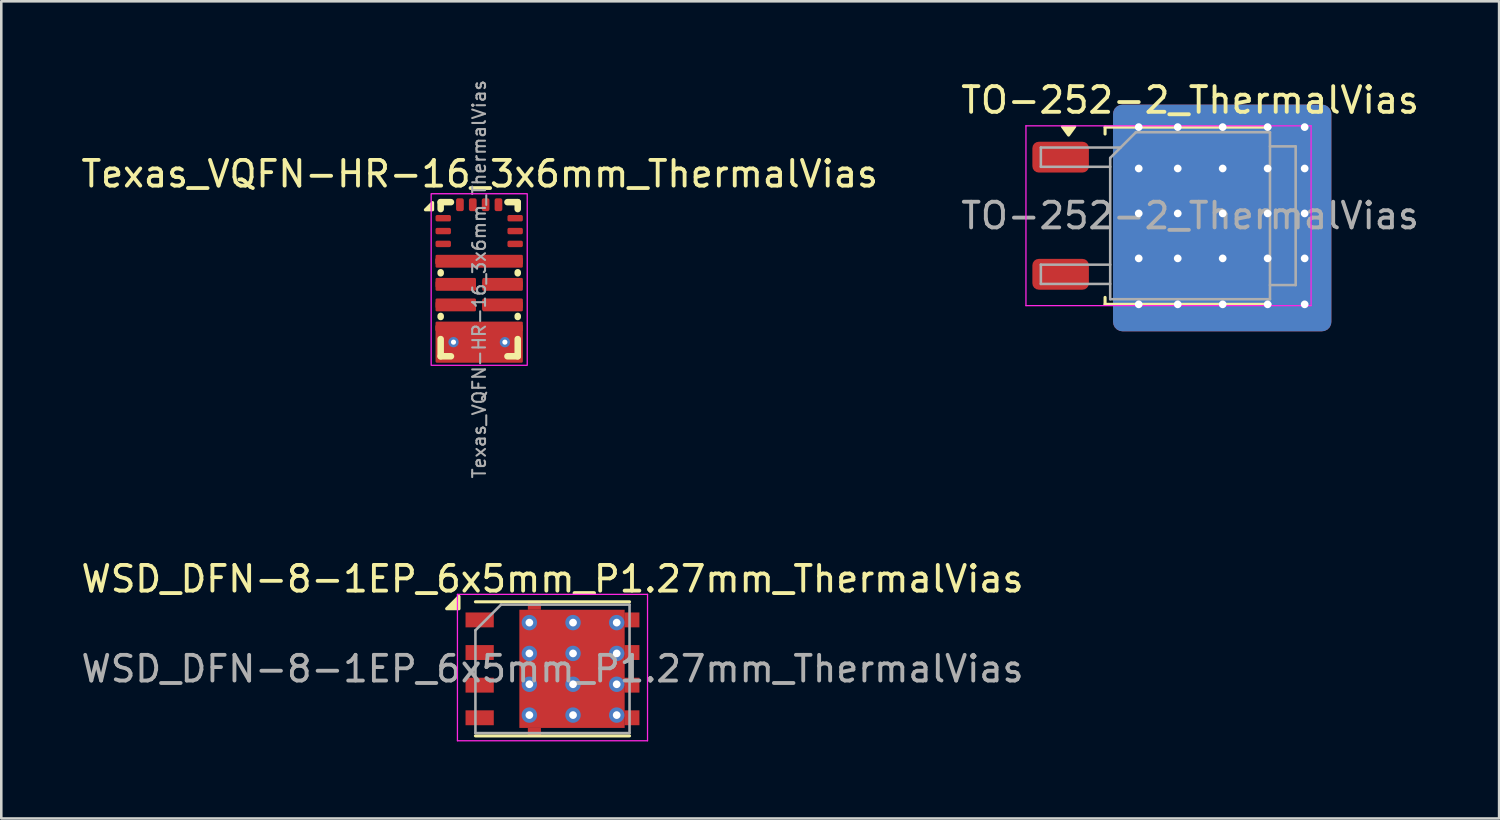
<source format=kicad_pcb>
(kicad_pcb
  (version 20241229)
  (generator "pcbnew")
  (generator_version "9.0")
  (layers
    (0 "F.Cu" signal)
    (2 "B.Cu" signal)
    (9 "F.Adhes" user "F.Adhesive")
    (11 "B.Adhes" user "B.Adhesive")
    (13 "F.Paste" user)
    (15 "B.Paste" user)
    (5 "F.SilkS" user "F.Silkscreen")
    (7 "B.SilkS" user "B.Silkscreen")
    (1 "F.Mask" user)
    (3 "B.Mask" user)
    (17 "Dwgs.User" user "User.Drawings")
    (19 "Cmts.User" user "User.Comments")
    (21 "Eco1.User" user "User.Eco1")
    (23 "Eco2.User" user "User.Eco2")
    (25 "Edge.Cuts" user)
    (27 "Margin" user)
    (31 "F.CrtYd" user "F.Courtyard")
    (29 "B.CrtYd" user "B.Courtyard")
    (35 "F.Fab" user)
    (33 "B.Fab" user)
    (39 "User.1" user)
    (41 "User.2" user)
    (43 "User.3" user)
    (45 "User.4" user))
  (footprint "Texas_VQFN-HR-16_3x6mm_ThermalVias"
    (layer "F.Cu")
    (at 15.605 7.82)
    (property "Reference" "Texas_VQFN-HR-16_3x6mm_ThermalVias" (at 0.02 -4.1 0) (layer "F.SilkS") (effects (font (size 1 1) (thickness 0.15))))
    (attr smd)
    (fp_line (start -1.5 -3) (end -1.1 -3) (stroke (width 0.254) (type default)) (layer "F.SilkS"))
    (fp_line (start -1.5 -2.73) (end -1.5 -3) (stroke (width 0.254) (type default)) (layer "F.SilkS"))
    (fp_line (start -1.5 -0.23) (end -1.5 -0.27) (stroke (width 0.254) (type default)) (layer "F.SilkS"))
    (fp_line (start -1.5 1.47) (end -1.5 1.43) (stroke (width 0.254) (type default)) (layer "F.SilkS"))
    (fp_line (start -1.5 3) (end -1.5 2.33) (stroke (width 0.254) (type default)) (layer "F.SilkS"))
    (fp_line (start -1.1 3) (end -1.5 3) (stroke (width 0.254) (type default)) (layer "F.SilkS"))
    (fp_line (start 1.1 -3) (end 1.5 -3) (stroke (width 0.254) (type default)) (layer "F.SilkS"))
    (fp_line (start 1.5 -3) (end 1.5 -2.73) (stroke (width 0.254) (type default)) (layer "F.SilkS"))
    (fp_line (start 1.5 -0.27) (end 1.5 -0.23) (stroke (width 0.254) (type default)) (layer "F.SilkS"))
    (fp_line (start 1.5 1.43) (end 1.5 1.47) (stroke (width 0.254) (type default)) (layer "F.SilkS"))
    (fp_line (start 1.5 2.33) (end 1.5 3) (stroke (width 0.254) (type default)) (layer "F.SilkS"))
    (fp_line (start 1.5 3) (end 1.1 3) (stroke (width 0.254) (type default)) (layer "F.SilkS"))
    (fp_poly (pts (xy -1.814 -2.703) (xy -2.094 -2.703) (xy -1.814 -2.983) (xy -1.814 -2.703)) (stroke (width 0.12) (type solid)) (fill yes) (layer "F.SilkS"))
    (fp_rect (start -1.87 -3.328) (end 1.87 3.351) (stroke (width 0.05) (type default)) (fill no) (layer "F.CrtYd"))
    (fp_poly (pts (xy -1.44 -3) (xy -1.458 -3.042) (xy -1.5 -3.06) (xy -1.542 -3.042) (xy -1.56 -3) (xy -1.542 -2.958) (xy -1.5 -2.94) (xy -1.458 -2.958)) (stroke (width 0.1) (type default)) (fill no) (layer "User.3"))
    (fp_text user "${REFERENCE}" (at 0 0 90) (layer "F.Fab") (effects (font (size 0.5 0.5) (thickness 0.08))))
    (pad "1" smd roundrect (at -1.4 -2.375) (size 0.6 0.25) (layers "F.Cu" "F.Mask" "F.Paste") (roundrect_rratio 0.25))
    (pad "2" smd roundrect (at -1.4 -1.875) (size 0.6 0.25) (layers "F.Cu" "F.Mask" "F.Paste") (roundrect_rratio 0.25))
    (pad "3" smd roundrect (at -1.4 -1.375) (size 0.6 0.25) (layers "F.Cu" "F.Mask" "F.Paste") (roundrect_rratio 0.25))
    (pad "4" smd roundrect (at -0.913 -0.7) (size 1.575 0.25) (layers "F.Cu" "F.Paste") (roundrect_rratio 0.2))
    (pad "4" smd roundrect (at -0.738 -0.7) (size 1.225 0.4) (layers "F.Cu" "F.Paste") (roundrect_rratio 0.125))
    (pad "4" smd roundrect (at 0 -0.7) (size 2.7 0.4) (layers "F.Cu" "F.Mask") (roundrect_rratio 0.125))
    (pad "4" smd roundrect (at 0 -0.7) (size 3.4 0.25) (layers "F.Cu" "F.Mask") (roundrect_rratio 0.2))
    (pad "4" smd roundrect (at 0 -0.7) (size 3.4 0.5) (layers "F.Cu") (roundrect_rratio 0.1))
    (pad "4" smd roundrect (at 0.738 -0.7) (size 1.225 0.4) (layers "F.Cu" "F.Paste") (roundrect_rratio 0.125))
    (pad "4" smd roundrect (at 0.913 -0.7) (size 1.575 0.25) (layers "F.Cu" "F.Paste") (roundrect_rratio 0.2))
    (pad "5" smd roundrect (at -0.913 0.2) (size 1.575 0.25) (layers "F.Cu" "F.Mask" "F.Paste") (roundrect_rratio 0.2))
    (pad "5" smd roundrect (at -0.913 0.2) (size 1.575 0.5) (layers "F.Cu") (roundrect_rratio 0.1))
    (pad "5" smd roundrect (at -0.738 0.2) (size 1.225 0.4) (layers "F.Cu" "F.Mask" "F.Paste") (roundrect_rratio 0.125))
    (pad "6" smd roundrect (at -0.913 1) (size 1.575 0.25) (layers "F.Cu" "F.Mask" "F.Paste") (roundrect_rratio 0.2))
    (pad "6" smd roundrect (at -0.913 1) (size 1.575 0.5) (layers "F.Cu") (roundrect_rratio 0.1))
    (pad "6" smd roundrect (at -0.738 1) (size 1.225 0.4) (layers "F.Cu" "F.Mask" "F.Paste") (roundrect_rratio 0.1))
    (pad "7" thru_hole circle (at -1 2.45) (size 0.4 0.4) (drill 0.2) (property pad_prop_heatsink) (layers "*.Cu"))
    (pad "7" smd roundrect (at -0.913 1.9) (size 1.575 0.25) (layers "F.Cu" "F.Paste") (roundrect_rratio 0.2))
    (pad "7" smd roundrect (at -0.75 2.45) (size 0.25 1.5) (layers "F.Cu" "F.Mask") (roundrect_rratio 0.2))
    (pad "7" smd roundrect (at -0.75 2.75) (size 0.25 0.9) (layers "F.Cu" "F.Paste") (roundrect_rratio 0.1))
    (pad "7" smd roundrect (at -0.738 1.9) (size 1.225 0.4) (layers "F.Cu" "F.Paste") (roundrect_rratio 0.1))
    (pad "7" smd roundrect (at -0.25 2.45) (size 0.25 1.5) (layers "F.Cu" "F.Mask") (roundrect_rratio 0.2))
    (pad "7" smd roundrect (at -0.25 2.75) (size 0.25 0.9) (layers "F.Cu" "F.Paste") (roundrect_rratio 0.1))
    (pad "7" smd roundrect (at 0 1.9) (size 2.7 0.4) (layers "F.Cu" "F.Mask") (roundrect_rratio 0.125))
    (pad "7" smd roundrect (at 0 1.9) (size 3.4 0.25) (layers "F.Cu" "F.Mask") (roundrect_rratio 0.25))
    (pad "7" smd roundrect (at 0 2.45) (size 3.4 1.6) (property pad_prop_heatsink) (layers "F.Cu") (roundrect_rratio 0.031))
    (pad "7" smd roundrect (at 0.25 2.45) (size 0.25 1.5) (layers "F.Cu" "F.Mask") (roundrect_rratio 0.2))
    (pad "7" smd roundrect (at 0.25 2.75) (size 0.25 0.9) (layers "F.Cu" "F.Paste") (roundrect_rratio 0.1))
    (pad "7" smd roundrect (at 0.738 1.9) (size 1.225 0.4) (layers "F.Cu" "F.Paste") (roundrect_rratio 0.1))
    (pad "7" smd roundrect (at 0.75 2.45) (size 0.25 1.5) (layers "F.Cu" "F.Mask") (roundrect_rratio 0.2))
    (pad "7" smd roundrect (at 0.75 2.75) (size 0.25 0.9) (layers "F.Cu" "F.Paste") (roundrect_rratio 0.1))
    (pad "7" smd roundrect (at 0.913 1.9) (size 1.575 0.25) (layers "F.Cu" "F.Paste") (roundrect_rratio 0.2))
    (pad "7" thru_hole circle (at 1 2.45) (size 0.4 0.4) (drill 0.2) (property pad_prop_heatsink) (layers "*.Cu"))
    (pad "8" smd roundrect (at 0.738 1) (size 1.225 0.4) (layers "F.Cu" "F.Mask" "F.Paste") (roundrect_rratio 0.1))
    (pad "8" smd roundrect (at 0.738 1) (size 1.225 0.4) (layers "F.Cu" "F.Mask" "F.Paste") (roundrect_rratio 0.1))
    (pad "8" smd roundrect (at 0.913 1) (size 1.575 0.25) (layers "F.Cu" "F.Mask" "F.Paste") (roundrect_rratio 0.2))
    (pad "8" smd roundrect (at 0.913 1) (size 1.575 0.5) (layers "F.Cu") (roundrect_rratio 0.1))
    (pad "9" smd roundrect (at 0.738 0.2) (size 1.225 0.4) (layers "F.Cu" "F.Mask" "F.Paste") (roundrect_rratio 0.125))
    (pad "9" smd roundrect (at 0.913 0.2) (size 1.575 0.25) (layers "F.Cu" "F.Mask" "F.Paste") (roundrect_rratio 0.2))
    (pad "9" smd roundrect (at 0.913 0.2) (size 1.575 0.5) (layers "F.Cu") (roundrect_rratio 0.1))
    (pad "10" smd roundrect (at 1.4 -1.375) (size 0.6 0.25) (layers "F.Cu" "F.Mask" "F.Paste") (roundrect_rratio 0.25))
    (pad "11" smd roundrect (at 1.4 -1.875) (size 0.6 0.25) (layers "F.Cu" "F.Mask" "F.Paste") (roundrect_rratio 0.25))
    (pad "12" smd roundrect (at 1.4 -2.375) (size 0.6 0.25) (layers "F.Cu" "F.Mask" "F.Paste") (roundrect_rratio 0.25))
    (pad "13" smd roundrect (at 0.75 -2.9 90) (size 0.5 0.3) (layers "F.Cu" "F.Mask" "F.Paste") (roundrect_rratio 0.25))
    (pad "14" smd roundrect (at 0.25 -2.9 90) (size 0.5 0.3) (layers "F.Cu" "F.Mask" "F.Paste") (roundrect_rratio 0.25))
    (pad "15" smd roundrect (at -0.25 -2.9 90) (size 0.5 0.3) (layers "F.Cu" "F.Mask" "F.Paste") (roundrect_rratio 0.25))
    (pad "16" smd roundrect (at -0.75 -2.9 90) (size 0.5 0.3) (layers "F.Cu" "F.Mask" "F.Paste") (roundrect_rratio 0.25)))
  (footprint "TO-252-2_ThermalVias"
    (layer "F.Cu")
    (at 43.28 5.348)
    (property "Reference" "TO-252-2_ThermalVias" (at 0 -4.5 0) (layer "F.SilkS") (effects (font (size 1 1) (thickness 0.15))))
    (attr smd)
    (fp_line (start -3.31 -3.45) (end -3.31 -3.18) (stroke (width 0.12) (type solid)) (layer "F.SilkS"))
    (fp_line (start -3.31 3.45) (end -3.31 3.18) (stroke (width 0.12) (type solid)) (layer "F.SilkS"))
    (fp_line (start 3.11 -3.45) (end -3.31 -3.45) (stroke (width 0.12) (type solid)) (layer "F.SilkS"))
    (fp_line (start 3.11 3.45) (end -3.31 3.45) (stroke (width 0.12) (type solid)) (layer "F.SilkS"))
    (fp_poly (pts (xy -4.73 -3.14) (xy -4.97 -3.47) (xy -4.49 -3.47) (xy -4.73 -3.14)) (stroke (width 0.12) (type solid)) (fill yes) (layer "F.SilkS"))
    (fp_line (start -6.39 -3.5) (end -6.39 3.5) (stroke (width 0.05) (type solid)) (layer "F.CrtYd"))
    (fp_line (start -6.39 3.5) (end 4.71 3.5) (stroke (width 0.05) (type solid)) (layer "F.CrtYd"))
    (fp_line (start 4.71 -3.5) (end -6.39 -3.5) (stroke (width 0.05) (type solid)) (layer "F.CrtYd"))
    (fp_line (start 4.71 3.5) (end 4.71 -3.5) (stroke (width 0.05) (type solid)) (layer "F.CrtYd"))
    (fp_line (start -5.81 -2.655) (end -5.81 -1.905) (stroke (width 0.1) (type solid)) (layer "F.Fab"))
    (fp_line (start -5.81 -1.905) (end -3.11 -1.905) (stroke (width 0.1) (type solid)) (layer "F.Fab"))
    (fp_line (start -5.81 1.905) (end -5.81 2.655) (stroke (width 0.1) (type solid)) (layer "F.Fab"))
    (fp_line (start -5.81 2.655) (end -3.11 2.655) (stroke (width 0.1) (type solid)) (layer "F.Fab"))
    (fp_line (start -3.11 -2.25) (end -2.11 -3.25) (stroke (width 0.1) (type solid)) (layer "F.Fab"))
    (fp_line (start -3.11 1.905) (end -5.81 1.905) (stroke (width 0.1) (type solid)) (layer "F.Fab"))
    (fp_line (start -3.11 3.25) (end -3.11 -2.25) (stroke (width 0.1) (type solid)) (layer "F.Fab"))
    (fp_line (start -2.705 -2.655) (end -5.81 -2.655) (stroke (width 0.1) (type solid)) (layer "F.Fab"))
    (fp_line (start -2.11 -3.25) (end 3.11 -3.25) (stroke (width 0.1) (type solid)) (layer "F.Fab"))
    (fp_line (start 3.11 -3.25) (end 3.11 3.25) (stroke (width 0.1) (type solid)) (layer "F.Fab"))
    (fp_line (start 3.11 -2.7) (end 4.11 -2.7) (stroke (width 0.1) (type solid)) (layer "F.Fab"))
    (fp_line (start 3.11 3.25) (end -3.11 3.25) (stroke (width 0.1) (type solid)) (layer "F.Fab"))
    (fp_line (start 4.11 -2.7) (end 4.11 2.7) (stroke (width 0.1) (type solid)) (layer "F.Fab"))
    (fp_line (start 4.11 2.7) (end 3.11 2.7) (stroke (width 0.1) (type solid)) (layer "F.Fab"))
    (fp_text user "${REFERENCE}" (at 0 0 0) (layer "F.Fab") (effects (font (size 1 1) (thickness 0.15))))
    (pad "1" smd roundrect (at -5.04 -2.28) (size 2.2 1.2) (layers "F.Cu" "F.Mask" "F.Paste") (roundrect_rratio 0.208))
    (pad "2" thru_hole circle (at -2 -3.45) (size 0.6 0.6) (drill 0.3) (layers "*.Cu"))
    (pad "2" thru_hole circle (at -2 -1.839) (size 0.6 0.6) (drill 0.3) (layers "*.Cu"))
    (pad "2" thru_hole circle (at -2 -0.089) (size 0.6 0.6) (drill 0.3) (layers "*.Cu"))
    (pad "2" thru_hole circle (at -2 1.661) (size 0.6 0.6) (drill 0.3) (layers "*.Cu"))
    (pad "2" thru_hole circle (at -2 3.45) (size 0.6 0.6) (drill 0.3) (layers "*.Cu"))
    (pad "2" thru_hole circle (at -0.481 -3.45) (size 0.6 0.6) (drill 0.3) (layers "*.Cu"))
    (pad "2" thru_hole circle (at -0.481 -1.839) (size 0.6 0.6) (drill 0.3) (layers "*.Cu"))
    (pad "2" thru_hole circle (at -0.481 -0.089) (size 0.6 0.6) (drill 0.3) (layers "*.Cu"))
    (pad "2" thru_hole circle (at -0.481 1.661) (size 0.6 0.6) (drill 0.3) (layers "*.Cu"))
    (pad "2" thru_hole circle (at -0.481 3.45) (size 0.6 0.6) (drill 0.3) (layers "*.Cu"))
    (pad "2" smd roundrect (at -0.415 -1.525) (size 3.05 2.75) (layers "F.Cu" "F.Paste") (roundrect_rratio 0.091))
    (pad "2" smd roundrect (at -0.415 1.525) (size 3.05 2.75) (layers "F.Cu" "F.Paste") (roundrect_rratio 0.091))
    (pad "2" smd roundrect (at 1.25 0.087) (size 8.5 8.825) (layers "F.Cu") (roundrect_rratio 0.043))
    (pad "2" smd roundrect (at 1.25 0.087) (size 8.5 8.825) (layers "B.Cu") (roundrect_rratio 0.043))
    (pad "2" smd roundrect (at 1.26 0.000019) (size 6.4 5.8) (layers "F.Cu" "F.Mask") (roundrect_rratio 0.043))
    (pad "2" thru_hole circle (at 1.269 -3.45) (size 0.6 0.6) (drill 0.3) (layers "*.Cu"))
    (pad "2" thru_hole circle (at 1.269 -1.839) (size 0.6 0.6) (drill 0.3) (layers "*.Cu"))
    (pad "2" thru_hole circle (at 1.269 -0.089) (size 0.6 0.6) (drill 0.3) (layers "*.Cu"))
    (pad "2" thru_hole circle (at 1.269 1.661) (size 0.6 0.6) (drill 0.3) (layers "*.Cu"))
    (pad "2" thru_hole circle (at 1.269 3.45) (size 0.6 0.6) (drill 0.3) (layers "*.Cu"))
    (pad "2" smd roundrect (at 2.935 -1.525) (size 3.05 2.75) (layers "F.Cu" "F.Paste") (roundrect_rratio 0.091))
    (pad "2" smd roundrect (at 2.935 1.525) (size 3.05 2.75) (layers "F.Cu" "F.Paste") (roundrect_rratio 0.091))
    (pad "2" thru_hole circle (at 3.019 -3.45) (size 0.6 0.6) (drill 0.3) (layers "*.Cu"))
    (pad "2" thru_hole circle (at 3.019 -1.839) (size 0.6 0.6) (drill 0.3) (layers "*.Cu"))
    (pad "2" thru_hole circle (at 3.019 -0.089) (size 0.6 0.6) (drill 0.3) (layers "*.Cu"))
    (pad "2" thru_hole circle (at 3.019 1.661) (size 0.6 0.6) (drill 0.3) (layers "*.Cu"))
    (pad "2" thru_hole circle (at 3.019 3.45) (size 0.6 0.6) (drill 0.3) (layers "*.Cu"))
    (pad "2" thru_hole circle (at 4.46 -3.45) (size 0.6 0.6) (drill 0.3) (layers "*.Cu"))
    (pad "2" thru_hole circle (at 4.46 -1.839) (size 0.6 0.6) (drill 0.3) (layers "*.Cu"))
    (pad "2" thru_hole circle (at 4.46 -0.089) (size 0.6 0.6) (drill 0.3) (layers "*.Cu"))
    (pad "2" thru_hole circle (at 4.46 1.661) (size 0.6 0.6) (drill 0.3) (layers "*.Cu"))
    (pad "2" thru_hole circle (at 4.46 3.45) (size 0.6 0.6) (drill 0.3) (layers "*.Cu"))
    (pad "3" smd roundrect (at -5.04 2.28) (size 2.2 1.2) (layers "F.Cu" "F.Mask" "F.Paste") (roundrect_rratio 0.208)))
  (footprint "WSD_DFN-8-1EP_6x5mm_P1.27mm_ThermalVias"
    (layer "F.Cu")
    (at 18.458 22.988)
    (property "Reference" "WSD_DFN-8-1EP_6x5mm_P1.27mm_ThermalVias" (at 0 -3.5 0) (layer "F.SilkS") (effects (font (size 1 1) (thickness 0.15))))
    (attr smd)
    (fp_line (start -3 -2.61) (end 3 -2.61) (stroke (width 0.12) (type solid)) (layer "F.SilkS"))
    (fp_line (start -3 2.61) (end 3 2.61) (stroke (width 0.12) (type solid)) (layer "F.SilkS"))
    (fp_poly (pts (xy -3.64 -2.34) (xy -4.12 -2.34) (xy -3.64 -2.82) (xy -3.64 -2.34)) (stroke (width 0.12) (type solid)) (fill yes) (layer "F.SilkS"))
    (fp_line (start -3.7 -2.9) (end 3.7 -2.9) (stroke (width 0.05) (type solid)) (layer "F.CrtYd"))
    (fp_line (start -3.7 2.8) (end -3.7 -2.9) (stroke (width 0.05) (type solid)) (layer "F.CrtYd"))
    (fp_line (start 3.7 -2.9) (end 3.7 2.8) (stroke (width 0.05) (type solid)) (layer "F.CrtYd"))
    (fp_line (start 3.7 2.8) (end -3.7 2.8) (stroke (width 0.05) (type solid)) (layer "F.CrtYd"))
    (fp_line (start -3 2.5) (end -3 -1.5) (stroke (width 0.1) (type solid)) (layer "F.Fab"))
    (fp_line (start -2 -2.5) (end -3 -1.5) (stroke (width 0.1) (type solid)) (layer "F.Fab"))
    (fp_line (start -2 -2.5) (end 3 -2.5) (stroke (width 0.1) (type solid)) (layer "F.Fab"))
    (fp_line (start 3 -2.5) (end 3 2.5) (stroke (width 0.1) (type solid)) (layer "F.Fab"))
    (fp_line (start 3 2.5) (end -3 2.5) (stroke (width 0.1) (type solid)) (layer "F.Fab"))
    (fp_text user "${REFERENCE}" (at 0 0 0) (layer "F.Fab") (effects (font (size 1 1) (thickness 0.15))))
    (pad "" smd roundrect (at -0.05 -1.38) (size 1.1 1.44) (layers "F.Paste") (roundrect_rratio 0.231))
    (pad "" smd roundrect (at -0.03 0) (size 1.14 1.08) (layers "F.Paste") (roundrect_rratio 0.231))
    (pad "" smd roundrect (at -0.03 1.38) (size 1.14 1.44) (layers "F.Paste") (roundrect_rratio 0.231))
    (pad "" smd roundrect (at 1.63 -1.38) (size 1.14 1.44) (layers "F.Paste") (roundrect_rratio 0.231))
    (pad "" smd roundrect (at 1.63 0) (size 1.14 1.08) (layers "F.Paste") (roundrect_rratio 0.231))
    (pad "" smd roundrect (at 1.63 1.38) (size 1.14 1.44) (layers "F.Paste") (roundrect_rratio 0.231))
    (pad "1" smd rect (at -2.835 -1.905 270) (size 0.58 1.1) (layers "F.Cu" "F.Mask" "F.Paste"))
    (pad "2" smd rect (at -2.835 -0.635 270) (size 0.58 1.1) (layers "F.Cu" "F.Mask" "F.Paste"))
    (pad "3" smd rect (at -2.835 0.635 270) (size 0.58 1.1) (layers "F.Cu" "F.Mask" "F.Paste"))
    (pad "4" smd rect (at -2.835 1.905 270) (size 0.58 1.1) (layers "F.Cu" "F.Mask" "F.Paste"))
    (pad "5" thru_hole circle (at -0.9 -1.8) (size 0.6 0.6) (drill 0.3) (layers "*.Cu"))
    (pad "5" thru_hole circle (at -0.9 -0.6) (size 0.6 0.6) (drill 0.3) (layers "*.Cu"))
    (pad "5" thru_hole circle (at -0.9 0.6) (size 0.6 0.6) (drill 0.3) (layers "*.Cu"))
    (pad "5" thru_hole circle (at -0.9 1.8) (size 0.6 0.6) (drill 0.3) (layers "*.Cu"))
    (pad "5" smd rect (at -0.705 -2.474) (size 0.51 0.349) (layers "F.Cu" "F.Mask" "F.Paste"))
    (pad "5" smd rect (at -0.705 2.474) (size 0.51 0.349) (layers "F.Cu" "F.Mask" "F.Paste"))
    (pad "5" smd rect (at 0.76 0 270) (size 4.6 4.1) (layers "F.Cu" "F.Mask"))
    (pad "5" thru_hole circle (at 0.8 -1.8) (size 0.6 0.6) (drill 0.3) (layers "*.Cu"))
    (pad "5" thru_hole circle (at 0.8 -0.6) (size 0.6 0.6) (drill 0.3) (layers "*.Cu"))
    (pad "5" thru_hole circle (at 0.8 0.6) (size 0.6 0.6) (drill 0.3) (layers "*.Cu"))
    (pad "5" thru_hole circle (at 0.8 1.8) (size 0.6 0.6) (drill 0.3) (layers "*.Cu"))
    (pad "5" thru_hole circle (at 2.5 -1.8) (size 0.6 0.6) (drill 0.3) (layers "*.Cu"))
    (pad "5" thru_hole circle (at 2.5 -0.6) (size 0.6 0.6) (drill 0.3) (layers "*.Cu"))
    (pad "5" thru_hole circle (at 2.5 0.6) (size 0.6 0.6) (drill 0.3) (layers "*.Cu"))
    (pad "5" thru_hole circle (at 2.5 1.8) (size 0.6 0.6) (drill 0.3) (layers "*.Cu"))
    (pad "5" smd rect (at 3.092 -1.905 270) (size 0.58 0.585) (layers "F.Cu" "F.Mask" "F.Paste"))
    (pad "5" smd rect (at 3.092 -0.635 270) (size 0.58 0.585) (layers "F.Cu" "F.Mask" "F.Paste"))
    (pad "5" smd rect (at 3.092 0.635 270) (size 0.58 0.585) (layers "F.Cu" "F.Mask" "F.Paste"))
    (pad "5" smd rect (at 3.092 1.905 270) (size 0.58 0.585) (layers "F.Cu" "F.Mask" "F.Paste")))
  (gr_rect
    (start -3 -3)
    (end 55.31 28.813)
    (stroke (width 0.1) (type default))
    (fill no)
    (layer "Edge.Cuts")))
</source>
